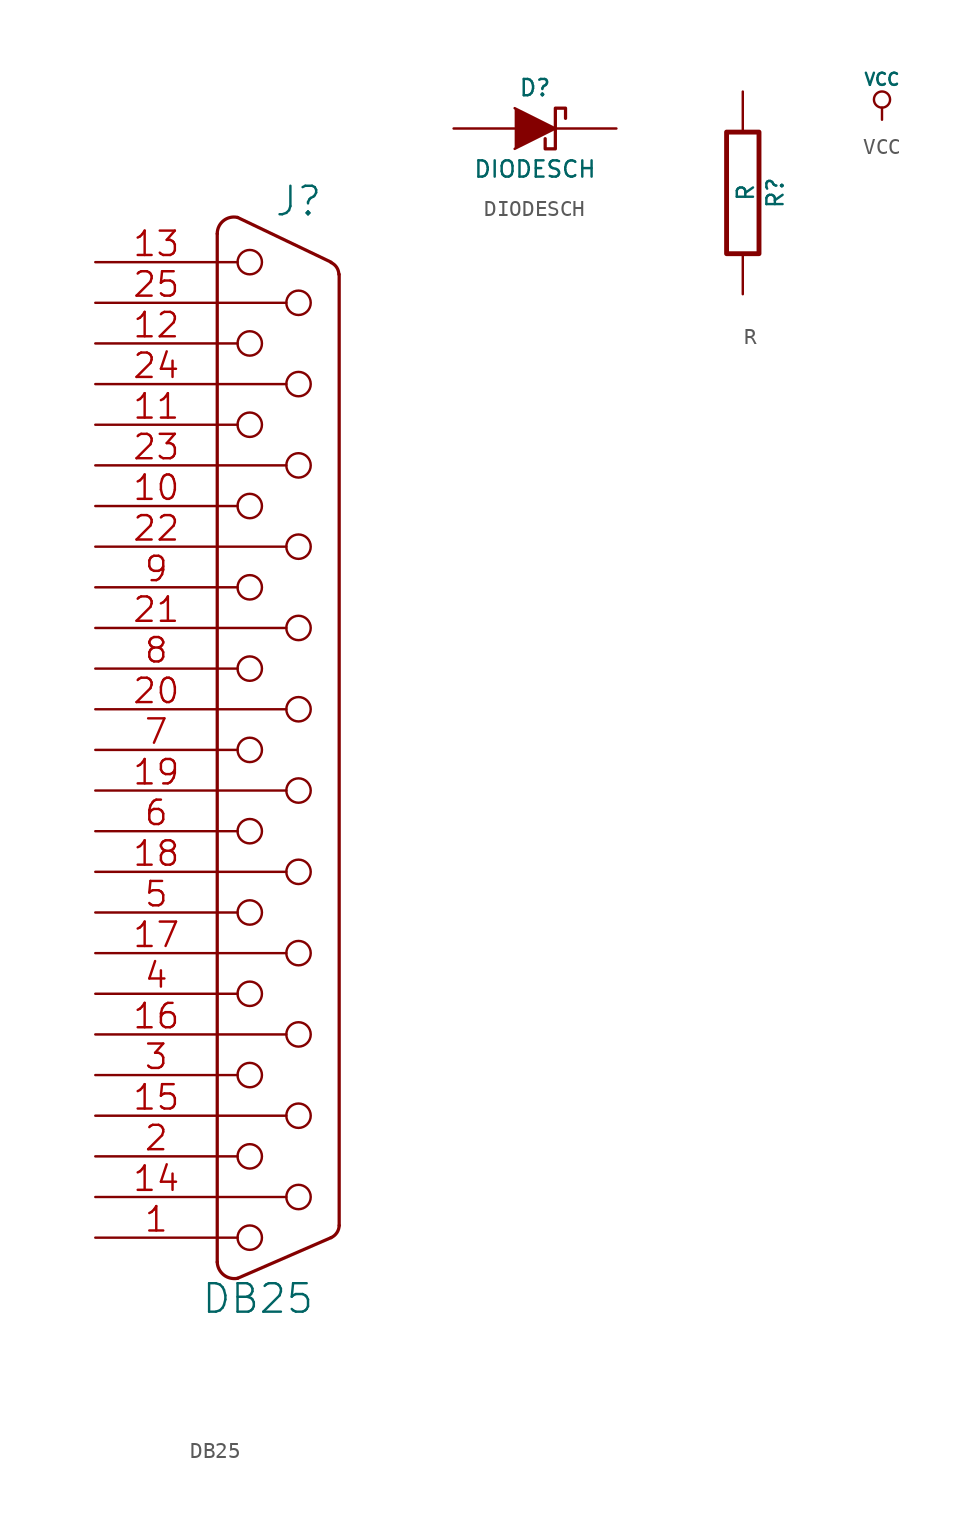
<source format=kicad_sym>
(kicad_symbol_lib
  (version 20201005)
  (generator kicad_symbol_editor)
  (symbol "sonde_xilinx_schlib:DB25"
    (pin_names
      (offset 1.016) hide)
    (property "Reference" "J"
      (at 1.27 34.29 0)
      (effects (font (size 1.778 1.778))))
    (property "Value" "DB25"
      (at -1.27 -34.29 0)
      (effects (font (size 1.778 1.778))))
    (property "Footprint" ""
      (at 0 0 0)
      (effects (font (size 1.524 1.524))))
    (property "Datasheet" ""
      (at 0 0 0)
      (effects (font (size 1.524 1.524))))
    (symbol "DB25_0_1"
      (arc (start -3.81 32.258) (end -2.54 33.274) (radius (at -2.7686 32.258) (length 1.0414) (angles 179.9 77.4)) (stroke (width 0.2032)) (fill (type none)))
      (arc (start -3.81 -32.004) (end -2.54 -33.02) (radius (at -2.7432 -31.9786) (length 1.0668) (angles -178.7 -78.8)) (stroke (width 0.2032)) (fill (type none)))
      (arc (start 3.302 -30.48) (end 3.81 -29.718) (radius (at 2.9464 -29.6926) (length 0.8636) (angles -65.7 -1.5)) (stroke (width 0.2032)) (fill (type none)))
      (arc (start 3.302 30.4546) (end 3.7846 29.718) (radius (at 2.9718 29.718) (length 0.8128) (angles 66.4 0.1)) (stroke (width 0.2032)) (fill (type none)))
      (circle (center -1.778 -30.48) (radius 0.762) (stroke (width 0)) (fill (type none)))
      (circle (center -1.778 -25.4) (radius 0.762) (stroke (width 0)) (fill (type none)))
      (circle (center -1.778 -20.32) (radius 0.762) (stroke (width 0)) (fill (type none)))
      (circle (center -1.778 -15.24) (radius 0.762) (stroke (width 0)) (fill (type none)))
      (circle (center -1.778 -10.16) (radius 0.762) (stroke (width 0)) (fill (type none)))
      (circle (center -1.778 -5.08) (radius 0.762) (stroke (width 0)) (fill (type none)))
      (circle (center -1.778 0) (radius 0.762) (stroke (width 0)) (fill (type none)))
      (circle (center -1.778 5.08) (radius 0.762) (stroke (width 0)) (fill (type none)))
      (circle (center -1.778 10.16) (radius 0.762) (stroke (width 0)) (fill (type none)))
      (circle (center -1.778 15.24) (radius 0.762) (stroke (width 0)) (fill (type none)))
      (circle (center -1.778 20.32) (radius 0.762) (stroke (width 0)) (fill (type none)))
      (circle (center -1.778 25.4) (radius 0.762) (stroke (width 0)) (fill (type none)))
      (circle (center -1.778 30.48) (radius 0.762) (stroke (width 0)) (fill (type none)))
      (circle (center 1.27 -27.94) (radius 0.762) (stroke (width 0)) (fill (type none)))
      (circle (center 1.27 -22.86) (radius 0.762) (stroke (width 0)) (fill (type none)))
      (circle (center 1.27 -17.78) (radius 0.762) (stroke (width 0)) (fill (type none)))
      (circle (center 1.27 -12.7) (radius 0.762) (stroke (width 0)) (fill (type none)))
      (circle (center 1.27 -7.62) (radius 0.762) (stroke (width 0)) (fill (type none)))
      (circle (center 1.27 -2.54) (radius 0.762) (stroke (width 0)) (fill (type none)))
      (circle (center 1.27 2.54) (radius 0.762) (stroke (width 0)) (fill (type none)))
      (circle (center 1.27 7.62) (radius 0.762) (stroke (width 0)) (fill (type none)))
      (circle (center 1.27 12.7) (radius 0.762) (stroke (width 0)) (fill (type none)))
      (circle (center 1.27 17.78) (radius 0.762) (stroke (width 0)) (fill (type none)))
      (circle (center 1.27 22.86) (radius 0.762) (stroke (width 0)) (fill (type none)))
      (circle (center 1.27 27.94) (radius 0.762) (stroke (width 0)) (fill (type none)))
      (polyline (pts (xy -3.81 -32.004) (xy -3.81 32.258)) (stroke (width 0.203)) (fill (type none)))
      (polyline (pts (xy -3.81 -30.48) (xy -2.54 -30.48)) (stroke (width 0)) (fill (type none)))
      (polyline (pts (xy -3.81 -27.94) (xy 0.508 -27.94)) (stroke (width 0)) (fill (type none)))
      (polyline (pts (xy -3.81 -25.4) (xy -2.54 -25.4)) (stroke (width 0)) (fill (type none)))
      (polyline (pts (xy -3.81 -22.86) (xy 0.508 -22.86)) (stroke (width 0)) (fill (type none)))
      (polyline (pts (xy -3.81 -20.32) (xy -2.54 -20.32)) (stroke (width 0)) (fill (type none)))
      (polyline (pts (xy -3.81 -17.78) (xy 0.508 -17.78)) (stroke (width 0)) (fill (type none)))
      (polyline (pts (xy -3.81 -15.24) (xy -2.54 -15.24)) (stroke (width 0)) (fill (type none)))
      (polyline (pts (xy -3.81 -12.7) (xy 0.508 -12.7)) (stroke (width 0)) (fill (type none)))
      (polyline (pts (xy -3.81 -10.16) (xy -2.54 -10.16)) (stroke (width 0)) (fill (type none)))
      (polyline (pts (xy -3.81 -7.62) (xy 0.508 -7.62)) (stroke (width 0)) (fill (type none)))
      (polyline (pts (xy -3.81 -5.08) (xy -2.54 -5.08)) (stroke (width 0)) (fill (type none)))
      (polyline (pts (xy -3.81 -2.54) (xy 0.508 -2.54)) (stroke (width 0)) (fill (type none)))
      (polyline (pts (xy -3.81 0) (xy -2.54 0)) (stroke (width 0)) (fill (type none)))
      (polyline (pts (xy -3.81 2.54) (xy 0.508 2.54)) (stroke (width 0)) (fill (type none)))
      (polyline (pts (xy -3.81 5.08) (xy -2.54 5.08)) (stroke (width 0)) (fill (type none)))
      (polyline (pts (xy -3.81 7.62) (xy 0.508 7.62)) (stroke (width 0)) (fill (type none)))
      (polyline (pts (xy -3.81 10.16) (xy -2.54 10.16)) (stroke (width 0)) (fill (type none)))
      (polyline (pts (xy -3.81 12.7) (xy 0.508 12.7)) (stroke (width 0)) (fill (type none)))
      (polyline (pts (xy -3.81 15.24) (xy -2.54 15.24)) (stroke (width 0)) (fill (type none)))
      (polyline (pts (xy -3.81 17.78) (xy 0.508 17.78)) (stroke (width 0)) (fill (type none)))
      (polyline (pts (xy -3.81 20.32) (xy -2.54 20.32)) (stroke (width 0)) (fill (type none)))
      (polyline (pts (xy -3.81 22.86) (xy 0.508 22.86)) (stroke (width 0)) (fill (type none)))
      (polyline (pts (xy -3.81 25.4) (xy -2.54 25.4)) (stroke (width 0)) (fill (type none)))
      (polyline (pts (xy -3.81 27.94) (xy 0.508 27.94)) (stroke (width 0)) (fill (type none)))
      (polyline (pts (xy -3.81 30.48) (xy -2.54 30.48)) (stroke (width 0)) (fill (type none)))
      (polyline (pts (xy -2.54 -33.02) (xy 3.302 -30.48)) (stroke (width 0.203)) (fill (type none)))
      (polyline (pts (xy 3.302 30.48) (xy -2.54 33.274)) (stroke (width 0.203)) (fill (type none)))
      (polyline (pts (xy 3.81 -29.718) (xy 3.81 29.718)) (stroke (width 0.203)) (fill (type none))))
    (symbol "DB25_1_1"
      (pin passive line (at -11.43 -30.48 0) (length 7.62) (name "1" (effects (font (size 1.524 1.524)))) (number "1" (effects (font (size 1.524 1.524)))))
      (pin passive line (at -11.43 -25.4 0) (length 7.62) (name "2" (effects (font (size 1.524 1.524)))) (number "2" (effects (font (size 1.524 1.524)))))
      (pin passive line (at -11.43 -20.32 0) (length 7.62) (name "3" (effects (font (size 1.524 1.524)))) (number "3" (effects (font (size 1.524 1.524)))))
      (pin passive line (at -11.43 -15.24 0) (length 7.62) (name "4" (effects (font (size 1.524 1.524)))) (number "4" (effects (font (size 1.524 1.524)))))
      (pin passive line (at -11.43 -10.16 0) (length 7.62) (name "5" (effects (font (size 1.524 1.524)))) (number "5" (effects (font (size 1.524 1.524)))))
      (pin passive line (at -11.43 -5.08 0) (length 7.62) (name "6" (effects (font (size 1.524 1.524)))) (number "6" (effects (font (size 1.524 1.524)))))
      (pin passive line (at -11.43 0 0) (length 7.62) (name "7" (effects (font (size 1.524 1.524)))) (number "7" (effects (font (size 1.524 1.524)))))
      (pin passive line (at -11.43 5.08 0) (length 7.62) (name "8" (effects (font (size 1.524 1.524)))) (number "8" (effects (font (size 1.524 1.524)))))
      (pin passive line (at -11.43 10.16 0) (length 7.62) (name "9" (effects (font (size 1.524 1.524)))) (number "9" (effects (font (size 1.524 1.524)))))
      (pin passive line (at -11.43 15.24 0) (length 7.62) (name "10" (effects (font (size 1.524 1.524)))) (number "10" (effects (font (size 1.524 1.524)))))
      (pin passive line (at -11.43 2.54 0) (length 7.62) (name "P20" (effects (font (size 1.524 1.524)))) (number "20" (effects (font (size 1.524 1.524)))))
      (pin passive line (at -11.43 20.32 0) (length 7.62) (name "11" (effects (font (size 1.524 1.524)))) (number "11" (effects (font (size 1.524 1.524)))))
      (pin passive line (at -11.43 7.62 0) (length 7.62) (name "P21" (effects (font (size 1.524 1.524)))) (number "21" (effects (font (size 1.524 1.524)))))
      (pin passive line (at -11.43 25.4 0) (length 7.62) (name "12" (effects (font (size 1.524 1.524)))) (number "12" (effects (font (size 1.524 1.524)))))
      (pin passive line (at -11.43 12.7 0) (length 7.62) (name "P22" (effects (font (size 1.524 1.524)))) (number "22" (effects (font (size 1.524 1.524)))))
      (pin passive line (at -11.43 30.48 0) (length 7.62) (name "13" (effects (font (size 1.524 1.524)))) (number "13" (effects (font (size 1.524 1.524)))))
      (pin passive line (at -11.43 17.78 0) (length 7.62) (name "P23" (effects (font (size 1.524 1.524)))) (number "23" (effects (font (size 1.524 1.524)))))
      (pin passive line (at -11.43 -27.94 0) (length 7.62) (name "P14" (effects (font (size 1.524 1.524)))) (number "14" (effects (font (size 1.524 1.524)))))
      (pin passive line (at -11.43 22.86 0) (length 7.62) (name "P24" (effects (font (size 1.524 1.524)))) (number "24" (effects (font (size 1.524 1.524)))))
      (pin passive line (at -11.43 -22.86 0) (length 7.62) (name "P15" (effects (font (size 1.524 1.524)))) (number "15" (effects (font (size 1.524 1.524)))))
      (pin passive line (at -11.43 27.94 0) (length 7.62) (name "P25" (effects (font (size 1.524 1.524)))) (number "25" (effects (font (size 1.524 1.524)))))
      (pin passive line (at -11.43 -17.78 0) (length 7.62) (name "P16" (effects (font (size 1.524 1.524)))) (number "16" (effects (font (size 1.524 1.524)))))
      (pin passive line (at -11.43 -12.7 0) (length 7.62) (name "P17" (effects (font (size 1.524 1.524)))) (number "17" (effects (font (size 1.524 1.524)))))
      (pin passive line (at -11.43 -7.62 0) (length 7.62) (name "P18" (effects (font (size 1.524 1.524)))) (number "18" (effects (font (size 1.524 1.524)))))
      (pin passive line (at -11.43 -2.54 0) (length 7.62) (name "P19" (effects (font (size 1.524 1.524)))) (number "19" (effects (font (size 1.524 1.524)))))))
  (symbol "sonde_xilinx_schlib:DIODESCH"
    (pin_numbers hide)
    (pin_names
      (offset 1.016) hide)
    (property "Reference" "D"
      (at 0 2.54 0)
      (effects (font (size 1.016 1.016))))
    (property "Value" "DIODESCH"
      (at 0 -2.54 0)
      (effects (font (size 1.016 1.016))))
    (property "Footprint" ""
      (at 0 0 0)
      (effects (font (size 1.524 1.524))))
    (property "Datasheet" ""
      (at 0 0 0)
      (effects (font (size 1.524 1.524))))
    (symbol "DIODESCH_0_1"
      (polyline (pts (xy -1.27 1.27) (xy 1.27 0) (xy -1.27 -1.27)) (stroke (width 0)) (fill (type outline)))
      (polyline (pts (xy 1.905 0.635) (xy 1.905 1.27) (xy 1.27 1.27) (xy 1.27 -1.27) (xy 0.635 -1.27) (xy 0.635 -0.635)) (stroke (width 0.203)) (fill (type none))))
    (symbol "DIODESCH_1_1"
      (pin passive line (at -5.08 0 0) (length 3.81) (name "A" (effects (font (size 1.016 1.016)))) (number "1" (effects (font (size 1.016 1.016)))))
      (pin passive line (at 5.08 0 180) (length 3.81) (name "K" (effects (font (size 1.016 1.016)))) (number "2" (effects (font (size 1.016 1.016)))))))
  (symbol "sonde_xilinx_schlib:R"
    (pin_numbers hide)
    (pin_names
      (offset 0))
    (property "Reference" "R"
      (at 2.032 0 90)
      (effects (font (size 1.016 1.016))))
    (property "Value" "R"
      (at 0.178 0.025 90)
      (effects (font (size 1.016 1.016))))
    (property "Footprint" ""
      (at -1.778 0 90)
      (effects (font (size 0.762 0.762))))
    (property "Datasheet" ""
      (at 0 0 0)
      (effects (font (size 0.762 0.762))))
    (symbol "R_0_1"
      (rectangle (start -1.016 3.81) (end 1.016 -3.81) (stroke (width 0.305)) (fill (type none))))
    (symbol "R_1_1"
      (pin passive line (at 0 6.35 270) (length 2.54) (name "~" (effects (font (size 1.524 1.524)))) (number "1" (effects (font (size 1.524 1.524)))))
      (pin passive line (at 0 -6.35 90) (length 2.54) (name "~" (effects (font (size 1.524 1.524)))) (number "2" (effects (font (size 1.524 1.524)))))))
  (symbol "sonde_xilinx_schlib:VCC"
    (power)
    (pin_names
      (offset 0))
    (property "Reference" "#PWR"
      (at 0 2.54 0)
      (effects (font (size 0.762 0.762)) hide))
    (property "Value" "VCC"
      (at 0 2.54 0)
      (effects (font (size 0.762 0.762))))
    (property "Footprint" ""
      (at 0 0 0)
      (effects (font (size 1.524 1.524))))
    (property "Datasheet" ""
      (at 0 0 0)
      (effects (font (size 1.524 1.524))))
    (symbol "VCC_0_1"
      (circle (center 0 1.27) (radius 0.508) (stroke (width 0)) (fill (type none)))
      (polyline (pts (xy 0 0) (xy 0 0.762) (xy 0 0.762)) (stroke (width 0)) (fill (type none))))
    (symbol "VCC_0_0"
      (pin power_in line (at 0 0 90) (length 0) hide (name "VCC" (effects (font (size 0.508 0.508)))) (number "1" (effects (font (size 0.508 0.508))))))))
</source>
